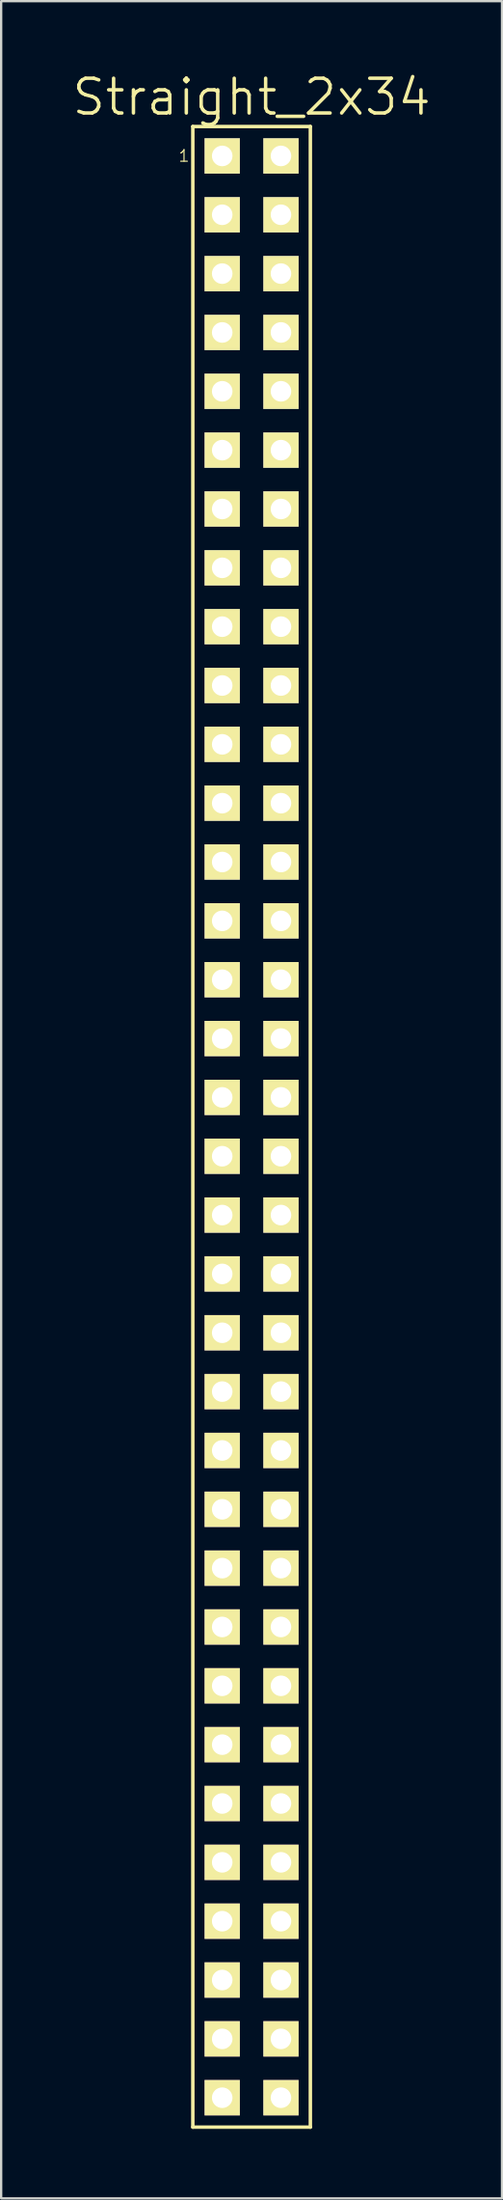
<source format=kicad_pcb>
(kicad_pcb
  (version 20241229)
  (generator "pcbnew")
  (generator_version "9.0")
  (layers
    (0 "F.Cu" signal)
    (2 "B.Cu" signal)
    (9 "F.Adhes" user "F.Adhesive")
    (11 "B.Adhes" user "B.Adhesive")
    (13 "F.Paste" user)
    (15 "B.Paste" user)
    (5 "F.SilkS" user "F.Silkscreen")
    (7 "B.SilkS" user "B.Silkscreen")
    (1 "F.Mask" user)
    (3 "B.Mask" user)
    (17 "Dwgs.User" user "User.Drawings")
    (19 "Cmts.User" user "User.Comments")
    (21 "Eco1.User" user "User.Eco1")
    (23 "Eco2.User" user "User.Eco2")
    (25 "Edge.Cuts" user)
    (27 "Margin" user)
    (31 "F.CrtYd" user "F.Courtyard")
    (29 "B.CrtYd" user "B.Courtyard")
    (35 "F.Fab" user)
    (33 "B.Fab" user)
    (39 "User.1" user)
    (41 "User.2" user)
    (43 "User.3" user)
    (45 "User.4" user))
  (footprint "Straight_2x34"
    (layer "F.Cu")
    (at 7.825 45.591)
    (property "Reference" "Straight_2x34" (at 0 -44.45 0) (layer "F.SilkS") (effects (font (size 1.5 1.5) (thickness 0.15))))
    (attr through_hole)
    (fp_line (start -2.54 -43.18) (end 2.54 -43.18) (stroke (width 0.15) (type solid)) (layer "F.SilkS"))
    (fp_line (start -2.54 43.18) (end -2.54 -43.18) (stroke (width 0.15) (type solid)) (layer "F.SilkS"))
    (fp_line (start 2.54 -43.18) (end 2.54 43.18) (stroke (width 0.15) (type solid)) (layer "F.SilkS"))
    (fp_line (start 2.54 43.18) (end -2.54 43.18) (stroke (width 0.15) (type solid)) (layer "F.SilkS"))
    (fp_text user "1" (at -2.921 -41.91 0) (layer "F.SilkS") (effects (font (size 0.5 0.5) (thickness 0.05))))
    (pad "1" thru_hole rect (at -1.27 -41.91) (size 1.524 1.524) (drill 0.889) (layers "*.Cu" "*.Mask" "F.SilkS"))
    (pad "2" thru_hole rect (at 1.27 -41.91) (size 1.524 1.524) (drill 0.889) (layers "*.Cu" "*.Mask" "F.SilkS"))
    (pad "3" thru_hole rect (at -1.27 -39.37) (size 1.524 1.524) (drill 0.889) (layers "*.Cu" "*.Mask" "F.SilkS"))
    (pad "4" thru_hole rect (at 1.27 -39.37) (size 1.524 1.524) (drill 0.889) (layers "*.Cu" "*.Mask" "F.SilkS"))
    (pad "5" thru_hole rect (at -1.27 -36.83) (size 1.524 1.524) (drill 0.889) (layers "*.Cu" "*.Mask" "F.SilkS"))
    (pad "6" thru_hole rect (at 1.27 -36.83) (size 1.524 1.524) (drill 0.889) (layers "*.Cu" "*.Mask" "F.SilkS"))
    (pad "7" thru_hole rect (at -1.27 -34.29) (size 1.524 1.524) (drill 0.889) (layers "*.Cu" "*.Mask" "F.SilkS"))
    (pad "8" thru_hole rect (at 1.27 -34.29) (size 1.524 1.524) (drill 0.889) (layers "*.Cu" "*.Mask" "F.SilkS"))
    (pad "9" thru_hole rect (at -1.27 -31.75) (size 1.524 1.524) (drill 0.889) (layers "*.Cu" "*.Mask" "F.SilkS"))
    (pad "10" thru_hole rect (at 1.27 -31.75) (size 1.524 1.524) (drill 0.889) (layers "*.Cu" "*.Mask" "F.SilkS"))
    (pad "11" thru_hole rect (at -1.27 -29.21) (size 1.524 1.524) (drill 0.889) (layers "*.Cu" "*.Mask" "F.SilkS"))
    (pad "12" thru_hole rect (at 1.27 -29.21) (size 1.524 1.524) (drill 0.889) (layers "*.Cu" "*.Mask" "F.SilkS"))
    (pad "13" thru_hole rect (at -1.27 -26.67) (size 1.524 1.524) (drill 0.889) (layers "*.Cu" "*.Mask" "F.SilkS"))
    (pad "14" thru_hole rect (at 1.27 -26.67) (size 1.524 1.524) (drill 0.889) (layers "*.Cu" "*.Mask" "F.SilkS"))
    (pad "15" thru_hole rect (at -1.27 -24.13) (size 1.524 1.524) (drill 0.889) (layers "*.Cu" "*.Mask" "F.SilkS"))
    (pad "16" thru_hole rect (at 1.27 -24.13) (size 1.524 1.524) (drill 0.889) (layers "*.Cu" "*.Mask" "F.SilkS"))
    (pad "17" thru_hole rect (at -1.27 -21.59) (size 1.524 1.524) (drill 0.889) (layers "*.Cu" "*.Mask" "F.SilkS"))
    (pad "18" thru_hole rect (at 1.27 -21.59) (size 1.524 1.524) (drill 0.889) (layers "*.Cu" "*.Mask" "F.SilkS"))
    (pad "19" thru_hole rect (at -1.27 -19.05) (size 1.524 1.524) (drill 0.889) (layers "*.Cu" "*.Mask" "F.SilkS"))
    (pad "20" thru_hole rect (at 1.27 -19.05) (size 1.524 1.524) (drill 0.889) (layers "*.Cu" "*.Mask" "F.SilkS"))
    (pad "21" thru_hole rect (at -1.27 -16.51) (size 1.524 1.524) (drill 0.889) (layers "*.Cu" "*.Mask" "F.SilkS"))
    (pad "22" thru_hole rect (at 1.27 -16.51) (size 1.524 1.524) (drill 0.889) (layers "*.Cu" "*.Mask" "F.SilkS"))
    (pad "23" thru_hole rect (at -1.27 -13.97) (size 1.524 1.524) (drill 0.889) (layers "*.Cu" "*.Mask" "F.SilkS"))
    (pad "24" thru_hole rect (at 1.27 -13.97) (size 1.524 1.524) (drill 0.889) (layers "*.Cu" "*.Mask" "F.SilkS"))
    (pad "25" thru_hole rect (at -1.27 -11.43) (size 1.524 1.524) (drill 0.889) (layers "*.Cu" "*.Mask" "F.SilkS"))
    (pad "26" thru_hole rect (at 1.27 -11.43) (size 1.524 1.524) (drill 0.889) (layers "*.Cu" "*.Mask" "F.SilkS"))
    (pad "27" thru_hole rect (at -1.27 -8.89) (size 1.524 1.524) (drill 0.889) (layers "*.Cu" "*.Mask" "F.SilkS"))
    (pad "28" thru_hole rect (at 1.27 -8.89) (size 1.524 1.524) (drill 0.889) (layers "*.Cu" "*.Mask" "F.SilkS"))
    (pad "29" thru_hole rect (at -1.27 -6.35) (size 1.524 1.524) (drill 0.889) (layers "*.Cu" "*.Mask" "F.SilkS"))
    (pad "30" thru_hole rect (at 1.27 -6.35) (size 1.524 1.524) (drill 0.889) (layers "*.Cu" "*.Mask" "F.SilkS"))
    (pad "31" thru_hole rect (at -1.27 -3.81) (size 1.524 1.524) (drill 0.889) (layers "*.Cu" "*.Mask" "F.SilkS"))
    (pad "32" thru_hole rect (at 1.27 -3.81) (size 1.524 1.524) (drill 0.889) (layers "*.Cu" "*.Mask" "F.SilkS"))
    (pad "33" thru_hole rect (at -1.27 -1.27) (size 1.524 1.524) (drill 0.889) (layers "*.Cu" "*.Mask" "F.SilkS"))
    (pad "34" thru_hole rect (at 1.27 -1.27) (size 1.524 1.524) (drill 0.889) (layers "*.Cu" "*.Mask" "F.SilkS"))
    (pad "35" thru_hole rect (at -1.27 1.27) (size 1.524 1.524) (drill 0.889) (layers "*.Cu" "*.Mask" "F.SilkS"))
    (pad "36" thru_hole rect (at 1.27 1.27) (size 1.524 1.524) (drill 0.889) (layers "*.Cu" "*.Mask" "F.SilkS"))
    (pad "37" thru_hole rect (at -1.27 3.81) (size 1.524 1.524) (drill 0.889) (layers "*.Cu" "*.Mask" "F.SilkS"))
    (pad "38" thru_hole rect (at 1.27 3.81) (size 1.524 1.524) (drill 0.889) (layers "*.Cu" "*.Mask" "F.SilkS"))
    (pad "39" thru_hole rect (at -1.27 6.35) (size 1.524 1.524) (drill 0.889) (layers "*.Cu" "*.Mask" "F.SilkS"))
    (pad "40" thru_hole rect (at 1.27 6.35) (size 1.524 1.524) (drill 0.889) (layers "*.Cu" "*.Mask" "F.SilkS"))
    (pad "41" thru_hole rect (at -1.27 8.89) (size 1.524 1.524) (drill 0.889) (layers "*.Cu" "*.Mask" "F.SilkS"))
    (pad "42" thru_hole rect (at 1.27 8.89) (size 1.524 1.524) (drill 0.889) (layers "*.Cu" "*.Mask" "F.SilkS"))
    (pad "43" thru_hole rect (at -1.27 11.43) (size 1.524 1.524) (drill 0.889) (layers "*.Cu" "*.Mask" "F.SilkS"))
    (pad "44" thru_hole rect (at 1.27 11.43) (size 1.524 1.524) (drill 0.889) (layers "*.Cu" "*.Mask" "F.SilkS"))
    (pad "45" thru_hole rect (at -1.27 13.97) (size 1.524 1.524) (drill 0.889) (layers "*.Cu" "*.Mask" "F.SilkS"))
    (pad "46" thru_hole rect (at 1.27 13.97) (size 1.524 1.524) (drill 0.889) (layers "*.Cu" "*.Mask" "F.SilkS"))
    (pad "47" thru_hole rect (at -1.27 16.51) (size 1.524 1.524) (drill 0.889) (layers "*.Cu" "*.Mask" "F.SilkS"))
    (pad "48" thru_hole rect (at 1.27 16.51) (size 1.524 1.524) (drill 0.889) (layers "*.Cu" "*.Mask" "F.SilkS"))
    (pad "49" thru_hole rect (at -1.27 19.05) (size 1.524 1.524) (drill 0.889) (layers "*.Cu" "*.Mask" "F.SilkS"))
    (pad "50" thru_hole rect (at 1.27 19.05) (size 1.524 1.524) (drill 0.889) (layers "*.Cu" "*.Mask" "F.SilkS"))
    (pad "51" thru_hole rect (at -1.27 21.59) (size 1.524 1.524) (drill 0.889) (layers "*.Cu" "*.Mask" "F.SilkS"))
    (pad "52" thru_hole rect (at 1.27 21.59) (size 1.524 1.524) (drill 0.889) (layers "*.Cu" "*.Mask" "F.SilkS"))
    (pad "53" thru_hole rect (at -1.27 24.13) (size 1.524 1.524) (drill 0.889) (layers "*.Cu" "*.Mask" "F.SilkS"))
    (pad "54" thru_hole rect (at 1.27 24.13) (size 1.524 1.524) (drill 0.889) (layers "*.Cu" "*.Mask" "F.SilkS"))
    (pad "55" thru_hole rect (at -1.27 26.67) (size 1.524 1.524) (drill 0.889) (layers "*.Cu" "*.Mask" "F.SilkS"))
    (pad "56" thru_hole rect (at 1.27 26.67) (size 1.524 1.524) (drill 0.889) (layers "*.Cu" "*.Mask" "F.SilkS"))
    (pad "57" thru_hole rect (at -1.27 29.21) (size 1.524 1.524) (drill 0.889) (layers "*.Cu" "*.Mask" "F.SilkS"))
    (pad "58" thru_hole rect (at 1.27 29.21) (size 1.524 1.524) (drill 0.889) (layers "*.Cu" "*.Mask" "F.SilkS"))
    (pad "59" thru_hole rect (at -1.27 31.75) (size 1.524 1.524) (drill 0.889) (layers "*.Cu" "*.Mask" "F.SilkS"))
    (pad "60" thru_hole rect (at 1.27 31.75) (size 1.524 1.524) (drill 0.889) (layers "*.Cu" "*.Mask" "F.SilkS"))
    (pad "61" thru_hole rect (at -1.27 34.29) (size 1.524 1.524) (drill 0.889) (layers "*.Cu" "*.Mask" "F.SilkS"))
    (pad "62" thru_hole rect (at 1.27 34.29) (size 1.524 1.524) (drill 0.889) (layers "*.Cu" "*.Mask" "F.SilkS"))
    (pad "63" thru_hole rect (at -1.27 36.83) (size 1.524 1.524) (drill 0.889) (layers "*.Cu" "*.Mask" "F.SilkS"))
    (pad "64" thru_hole rect (at 1.27 36.83) (size 1.524 1.524) (drill 0.889) (layers "*.Cu" "*.Mask" "F.SilkS"))
    (pad "65" thru_hole rect (at -1.27 39.37) (size 1.524 1.524) (drill 0.889) (layers "*.Cu" "*.Mask" "F.SilkS"))
    (pad "66" thru_hole rect (at 1.27 39.37) (size 1.524 1.524) (drill 0.889) (layers "*.Cu" "*.Mask" "F.SilkS"))
    (pad "67" thru_hole rect (at -1.27 41.91) (size 1.524 1.524) (drill 0.889) (layers "*.Cu" "*.Mask" "F.SilkS"))
    (pad "68" thru_hole rect (at 1.27 41.91) (size 1.524 1.524) (drill 0.889) (layers "*.Cu" "*.Mask" "F.SilkS")))
  (gr_rect
    (start -3 -3)
    (end 18.65 91.846)
    (stroke (width 0.1) (type default))
    (fill no)
    (layer "Edge.Cuts")))
</source>
